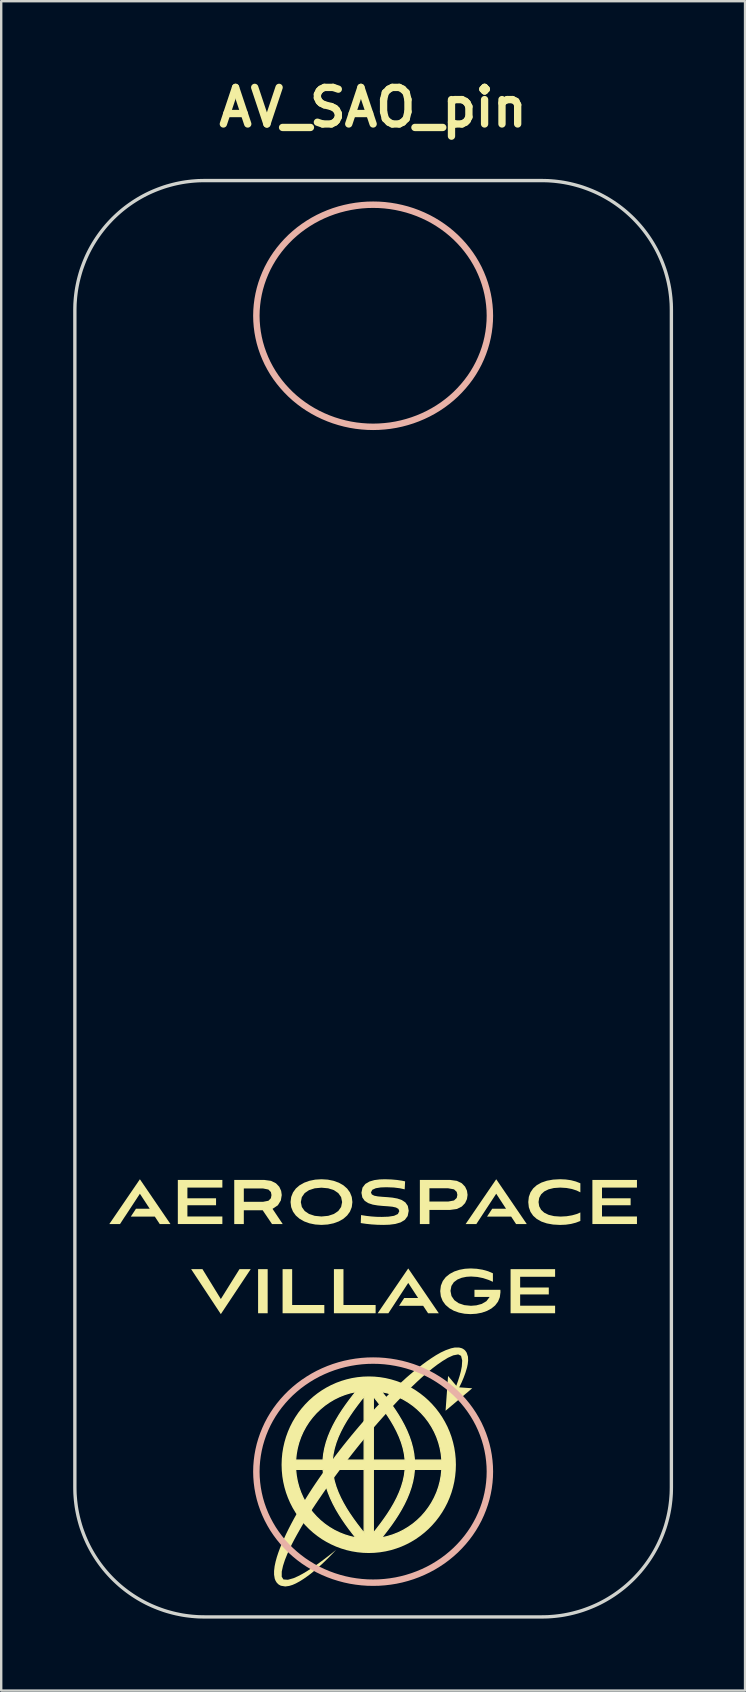
<source format=kicad_pcb>
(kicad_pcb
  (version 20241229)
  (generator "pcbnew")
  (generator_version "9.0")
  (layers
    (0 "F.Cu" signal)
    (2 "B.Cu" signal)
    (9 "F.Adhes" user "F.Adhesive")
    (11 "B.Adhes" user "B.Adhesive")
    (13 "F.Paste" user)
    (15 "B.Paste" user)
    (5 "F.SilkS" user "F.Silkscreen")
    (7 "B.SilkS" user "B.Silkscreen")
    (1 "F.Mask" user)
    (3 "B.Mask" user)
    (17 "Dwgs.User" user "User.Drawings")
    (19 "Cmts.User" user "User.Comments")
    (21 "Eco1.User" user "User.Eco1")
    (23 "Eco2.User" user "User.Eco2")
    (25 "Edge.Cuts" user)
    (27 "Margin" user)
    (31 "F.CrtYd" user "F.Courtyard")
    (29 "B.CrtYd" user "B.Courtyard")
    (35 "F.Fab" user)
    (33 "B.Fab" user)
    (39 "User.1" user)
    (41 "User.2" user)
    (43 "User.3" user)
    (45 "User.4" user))
  (footprint "AV_SAO_pin"
    (layer "F.Cu")
    (at 12.5 34.405)
    (property "Reference" "AV_SAO_pin" (at 0 -32.978 0) (layer "F.SilkS") (effects (font (size 1.524 1.524) (thickness 0.305))))
    (attr exclude_from_pos_files exclude_from_bom)
    (fp_poly (pts (xy -4.794 15.437) (xy -4.794 17.275) (xy -4.395 17.275) (xy -4.395 15.437) (xy -4.794 15.437)) (stroke (width 0) (type solid)) (fill yes) (layer "F.SilkS"))
    (fp_poly (pts (xy -5.102 15.437) (xy -5.57 15.437) (xy -6.347 16.682) (xy -7.112 15.437) (xy -7.584 15.437) (xy -6.347 17.311) (xy -5.102 15.437)) (stroke (width 0) (type solid)) (fill yes) (layer "F.SilkS"))
    (fp_poly (pts (xy -2.034 16.931) (xy -3.374 16.931) (xy -3.374 15.437) (xy -3.773 15.437) (xy -3.773 17.275) (xy -2.034 17.275) (xy -2.034 16.931)) (stroke (width 0) (type solid)) (fill yes) (layer "F.SilkS"))
    (fp_poly (pts (xy 0.104 16.931) (xy -1.236 16.931) (xy -1.236 15.437) (xy -1.634 15.437) (xy -1.634 17.275) (xy 0.104 17.275) (xy 0.104 16.931)) (stroke (width 0) (type solid)) (fill yes) (layer "F.SilkS"))
    (fp_poly (pts (xy 1.081 16.964) (xy 2.085 16.964) (xy 2.29 17.275) (xy 2.737 17.275) (xy 1.463 15.408) (xy 0.189 17.275) (xy 0.636 17.275) (xy 1.463 16.011) (xy 1.873 16.638) (xy 1.296 16.638) (xy 1.081 16.964)) (stroke (width 0) (type solid)) (fill yes) (layer "F.SilkS"))
    (fp_poly (pts (xy 4.962 12.92) (xy 4.748 13.246) (xy 5.752 13.246) (xy 5.957 13.557) (xy 6.403 13.557) (xy 5.13 11.69) (xy 3.855 13.557) (xy 4.302 13.557) (xy 5.13 12.294) (xy 5.539 12.92) (xy 4.962 12.92)) (stroke (width 0) (type solid)) (fill yes) (layer "F.SilkS"))
    (fp_poly (pts (xy -6.283 12.038) (xy -6.283 11.719) (xy -8.139 11.719) (xy -8.139 13.557) (xy -6.283 13.557) (xy -6.283 13.242) (xy -7.74 13.242) (xy -7.74 12.774) (xy -6.546 12.774) (xy -6.546 12.484) (xy -7.74 12.484) (xy -7.74 12.038) (xy -6.283 12.038)) (stroke (width 0) (type solid)) (fill yes) (layer "F.SilkS"))
    (fp_poly (pts (xy 6.127 16.202) (xy 6.127 15.755) (xy 7.584 15.755) (xy 7.584 15.437) (xy 5.728 15.437) (xy 5.728 17.275) (xy 7.584 17.275) (xy 7.584 16.96) (xy 6.127 16.96) (xy 6.127 16.491) (xy 7.321 16.491) (xy 7.321 16.202) (xy 6.127 16.202)) (stroke (width 0) (type solid)) (fill yes) (layer "F.SilkS"))
    (fp_poly (pts (xy 10.995 12.038) (xy 10.995 11.719) (xy 9.138 11.719) (xy 9.138 13.557) (xy 10.995 13.557) (xy 10.995 13.242) (xy 9.538 13.242) (xy 9.538 12.774) (xy 10.731 12.774) (xy 10.731 12.484) (xy 9.538 12.484) (xy 9.538 12.038) (xy 10.995 12.038)) (stroke (width 0) (type solid)) (fill yes) (layer "F.SilkS"))
    (fp_poly (pts (xy -8.893 13.557) (xy -8.446 13.557) (xy -9.72 11.69) (xy -10.994 13.557) (xy -10.548 13.557) (xy -10.346 13.246) (xy -10.344 13.246) (xy -10.13 12.92) (xy -10.13 12.92) (xy -9.72 12.294) (xy -9.31 12.92) (xy -9.884 12.92) (xy -10.098 13.246) (xy -9.098 13.246) (xy -8.893 13.557)) (stroke (width 0) (type solid)) (fill yes) (layer "F.SilkS"))
    (fp_poly (pts (xy -0.374 23.394) (xy -0.374 20.731) (xy -0.527 20.925) (xy -0.679 21.125) (xy -0.829 21.33) (xy -0.973 21.54) (xy -1.111 21.755) (xy -1.239 21.976) (xy -1.356 22.201) (xy -1.46 22.43) (xy -1.549 22.665) (xy -1.62 22.904) (xy -1.672 23.147) (xy -1.703 23.394) (xy -0.374 23.394)) (stroke (width 0.052) (type solid)) (fill no) (layer "F.SilkS"))
    (fp_poly (pts (xy -0.374 23.781) (xy -1.703 23.781) (xy -1.672 24.028) (xy -1.62 24.271) (xy -1.549 24.51) (xy -1.46 24.745) (xy -1.356 24.974) (xy -1.239 25.199) (xy -1.111 25.42) (xy -0.973 25.635) (xy -0.829 25.845) (xy -0.679 26.05) (xy -0.527 26.249) (xy -0.374 26.443) (xy -0.374 23.781)) (stroke (width 0.052) (type solid)) (fill no) (layer "F.SilkS"))
    (fp_poly (pts (xy 0.008 23.394) (xy 1.337 23.394) (xy 1.307 23.145) (xy 1.255 22.9) (xy 1.184 22.661) (xy 1.095 22.426) (xy 0.991 22.197) (xy 0.874 21.972) (xy 0.746 21.753) (xy 0.608 21.538) (xy 0.464 21.329) (xy 0.314 21.124) (xy 0.162 20.925) (xy 0.008 20.732) (xy 0.008 23.394)) (stroke (width 0.052) (type solid)) (fill no) (layer "F.SilkS"))
    (fp_poly (pts (xy 0.008 23.781) (xy 0.008 26.443) (xy 0.162 26.249) (xy 0.314 26.05) (xy 0.463 25.845) (xy 0.608 25.635) (xy 0.745 25.42) (xy 0.873 25.199) (xy 0.991 24.974) (xy 1.095 24.744) (xy 1.183 24.51) (xy 1.255 24.271) (xy 1.307 24.028) (xy 1.337 23.781) (xy 0.008 23.781)) (stroke (width 0.052) (type solid)) (fill no) (layer "F.SilkS"))
    (fp_poly (pts (xy 3.211 11.719) (xy 1.948 11.719) (xy 1.948 13.557) (xy 2.347 13.557) (xy 2.347 12.968) (xy 3.127 12.968) (xy 3.127 12.62) (xy 2.347 12.62) (xy 2.347 12.067) (xy 3.127 12.067) (xy 3.371 12.111) (xy 3.484 12.217) (xy 3.511 12.342) (xy 3.484 12.469) (xy 3.371 12.575) (xy 3.127 12.62) (xy 3.127 12.968) (xy 3.211 12.968) (xy 3.489 12.93) (xy 3.694 12.829) (xy 3.832 12.685) (xy 3.911 12.516) (xy 3.936 12.342) (xy 3.911 12.167) (xy 3.832 11.999) (xy 3.694 11.856) (xy 3.489 11.757) (xy 3.211 11.719)) (stroke (width 0) (type solid)) (fill yes) (layer "F.SilkS"))
    (fp_poly (pts (xy -3.808 12.349) (xy -3.833 12.174) (xy -3.911 12.004) (xy -4.05 11.859) (xy -4.255 11.757) (xy -4.533 11.719) (xy -5.788 11.719) (xy -5.788 13.557) (xy -5.389 13.557) (xy -5.389 12.982) (xy -4.602 12.982) (xy -4.591 13) (xy -4.591 12.631) (xy -5.389 12.631) (xy -5.389 12.074) (xy -4.591 12.074) (xy -4.364 12.119) (xy -4.26 12.224) (xy -4.236 12.349) (xy -4.26 12.481) (xy -4.364 12.587) (xy -4.591 12.631) (xy -4.591 13) (xy -4.214 13.557) (xy -3.768 13.557) (xy -4.192 12.924) (xy -3.97 12.775) (xy -3.846 12.573) (xy -3.808 12.349)) (stroke (width 0) (type solid)) (fill yes) (layer "F.SilkS"))
    (fp_poly (pts (xy -0.708 20.538) (xy -0.948 20.59) (xy -1.18 20.661) (xy -1.404 20.749) (xy -1.619 20.854) (xy -1.824 20.976) (xy -2.019 21.112) (xy -2.202 21.264) (xy -2.373 21.428) (xy -2.531 21.606) (xy -2.676 21.796) (xy -2.805 21.997) (xy -2.92 22.208) (xy -3.018 22.429) (xy -3.099 22.659) (xy -3.162 22.897) (xy -3.207 23.142) (xy -3.232 23.394) (xy -2.085 23.394) (xy -2.059 23.142) (xy -2.012 22.894) (xy -1.948 22.651) (xy -1.867 22.413) (xy -1.771 22.181) (xy -1.663 21.954) (xy -1.544 21.733) (xy -1.416 21.517) (xy -1.281 21.308) (xy -1.141 21.106) (xy -0.997 20.909) (xy -0.853 20.72) (xy -0.708 20.538)) (stroke (width 0.052) (type solid)) (fill no) (layer "F.SilkS"))
    (fp_poly (pts (xy -0.708 26.637) (xy -0.852 26.455) (xy -0.997 26.266) (xy -1.14 26.07) (xy -1.279 25.867) (xy -1.413 25.658) (xy -1.541 25.443) (xy -1.659 25.221) (xy -1.767 24.994) (xy -1.862 24.762) (xy -1.944 24.524) (xy -2.009 24.281) (xy -2.057 24.033) (xy -2.085 23.781) (xy -3.232 23.781) (xy -3.207 24.033) (xy -3.162 24.278) (xy -3.099 24.516) (xy -3.018 24.746) (xy -2.92 24.967) (xy -2.805 25.178) (xy -2.676 25.379) (xy -2.531 25.569) (xy -2.373 25.747) (xy -2.202 25.912) (xy -2.019 26.063) (xy -1.824 26.199) (xy -1.619 26.321) (xy -1.404 26.426) (xy -1.18 26.514) (xy -0.948 26.585) (xy -0.708 26.637)) (stroke (width 0.052) (type solid)) (fill no) (layer "F.SilkS"))
    (fp_poly (pts (xy 1.72 23.781) (xy 1.693 24.033) (xy 1.647 24.281) (xy 1.582 24.524) (xy 1.501 24.762) (xy 1.406 24.994) (xy 1.298 25.221) (xy 1.179 25.442) (xy 1.051 25.658) (xy 0.916 25.867) (xy 0.776 26.07) (xy 0.632 26.266) (xy 0.487 26.455) (xy 0.343 26.637) (xy 0.583 26.585) (xy 0.815 26.514) (xy 1.039 26.426) (xy 1.254 26.321) (xy 1.459 26.199) (xy 1.654 26.063) (xy 1.837 25.912) (xy 2.008 25.747) (xy 2.166 25.569) (xy 2.31 25.379) (xy 2.44 25.178) (xy 2.554 24.967) (xy 2.653 24.746) (xy 2.734 24.516) (xy 2.797 24.278) (xy 2.841 24.033) (xy 2.866 23.781) (xy 1.72 23.781)) (stroke (width 0.052) (type solid)) (fill no) (layer "F.SilkS"))
    (fp_poly (pts (xy 2.867 23.394) (xy 2.842 23.142) (xy 2.797 22.897) (xy 2.734 22.659) (xy 2.653 22.429) (xy 2.555 22.208) (xy 2.44 21.997) (xy 2.311 21.796) (xy 2.166 21.606) (xy 2.008 21.429) (xy 1.837 21.264) (xy 1.654 21.113) (xy 1.459 20.976) (xy 1.254 20.855) (xy 1.039 20.749) (xy 0.815 20.661) (xy 0.583 20.59) (xy 0.344 20.538) (xy 0.488 20.72) (xy 0.632 20.909) (xy 0.776 21.106) (xy 0.916 21.308) (xy 1.051 21.517) (xy 1.179 21.733) (xy 1.298 21.954) (xy 1.406 22.181) (xy 1.501 22.413) (xy 1.582 22.651) (xy 1.647 22.894) (xy 1.693 23.142) (xy 1.72 23.394) (xy 2.867 23.394)) (stroke (width 0.052) (type solid)) (fill no) (layer "F.SilkS"))
    (fp_poly (pts (xy 6.466 12.642) (xy 6.489 12.858) (xy 6.558 13.049) (xy 6.67 13.212) (xy 6.822 13.347) (xy 7.013 13.454) (xy 7.24 13.531) (xy 7.5 13.578) (xy 7.791 13.594) (xy 8.026 13.584) (xy 8.244 13.553) (xy 8.447 13.501) (xy 8.636 13.429) (xy 8.636 13.074) (xy 8.487 13.139) (xy 8.291 13.194) (xy 8.062 13.232) (xy 7.809 13.246) (xy 7.539 13.227) (xy 7.313 13.173) (xy 7.133 13.085) (xy 7.002 12.966) (xy 6.921 12.817) (xy 6.894 12.641) (xy 6.921 12.466) (xy 7.002 12.317) (xy 7.133 12.198) (xy 7.312 12.11) (xy 7.534 12.056) (xy 7.798 12.038) (xy 8.058 12.054) (xy 8.287 12.097) (xy 8.481 12.16) (xy 8.637 12.235) (xy 8.637 11.858) (xy 8.448 11.784) (xy 8.246 11.731) (xy 8.028 11.7) (xy 7.791 11.689) (xy 7.5 11.705) (xy 7.24 11.752) (xy 7.013 11.83) (xy 6.822 11.936) (xy 6.67 12.072) (xy 6.558 12.235) (xy 6.489 12.425) (xy 6.466 12.642)) (stroke (width 0) (type solid)) (fill yes) (layer "F.SilkS"))
    (fp_poly (pts (xy 4.223 16.297) (xy 4.223 16.594) (xy 4.857 16.594) (xy 4.721 16.772) (xy 4.526 16.886) (xy 4.301 16.946) (xy 4.077 16.964) (xy 3.8 16.936) (xy 3.565 16.857) (xy 3.383 16.729) (xy 3.266 16.556) (xy 3.224 16.341) (xy 3.262 16.137) (xy 3.363 15.981) (xy 3.512 15.87) (xy 3.693 15.796) (xy 3.888 15.756) (xy 4.081 15.744) (xy 4.343 15.762) (xy 4.579 15.809) (xy 4.794 15.879) (xy 4.992 15.964) (xy 4.992 15.609) (xy 4.788 15.523) (xy 4.561 15.46) (xy 4.318 15.421) (xy 4.062 15.407) (xy 3.824 15.421) (xy 3.594 15.464) (xy 3.38 15.535) (xy 3.189 15.637) (xy 3.027 15.768) (xy 2.903 15.931) (xy 2.824 16.125) (xy 2.796 16.352) (xy 2.822 16.571) (xy 2.898 16.763) (xy 3.017 16.927) (xy 3.174 17.063) (xy 3.362 17.171) (xy 3.576 17.248) (xy 3.808 17.295) (xy 4.055 17.311) (xy 4.299 17.296) (xy 4.53 17.252) (xy 4.742 17.179) (xy 4.929 17.077) (xy 5.086 16.948) (xy 5.205 16.791) (xy 5.28 16.606) (xy 5.307 16.396) (xy 5.303 16.297) (xy 4.223 16.297) (xy 4.223 16.297)) (stroke (width 0) (type solid)) (fill yes) (layer "F.SilkS"))
    (fp_poly (pts (xy -2.153 11.69) (xy -2.413 11.706) (xy -2.655 11.755) (xy -2.874 11.834) (xy -3.065 11.942) (xy -3.222 12.078) (xy -3.34 12.241) (xy -3.415 12.429) (xy -3.441 12.641) (xy -3.415 12.852) (xy -3.34 13.039) (xy -3.222 13.202) (xy -3.065 13.338) (xy -2.874 13.447) (xy -2.655 13.527) (xy -2.413 13.576) (xy -2.153 13.593) (xy -2.153 13.242) (xy -2.433 13.215) (xy -2.671 13.137) (xy -2.853 13.013) (xy -2.971 12.846) (xy -3.013 12.642) (xy -2.971 12.435) (xy -2.853 12.268) (xy -2.671 12.144) (xy -2.433 12.068) (xy -2.153 12.042) (xy -1.872 12.068) (xy -1.635 12.144) (xy -1.452 12.268) (xy -1.334 12.435) (xy -1.292 12.642) (xy -1.334 12.846) (xy -1.452 13.013) (xy -1.635 13.137) (xy -1.872 13.215) (xy -2.153 13.242) (xy -2.153 13.593) (xy -1.891 13.576) (xy -1.649 13.527) (xy -1.43 13.447) (xy -1.239 13.338) (xy -1.083 13.201) (xy -0.965 13.039) (xy -0.89 12.851) (xy -0.864 12.641) (xy -0.89 12.429) (xy -0.965 12.241) (xy -1.083 12.078) (xy -1.239 11.942) (xy -1.43 11.834) (xy -1.649 11.755) (xy -1.891 11.706) (xy -2.153 11.69)) (stroke (width 0) (type solid)) (fill yes) (layer "F.SilkS"))
    (fp_poly (pts (xy -0.091 12.239) (xy -0.035 12.13) (xy 0.112 12.064) (xy 0.319 12.031) (xy 0.557 12.023) (xy 0.866 12.035) (xy 1.12 12.067) (xy 1.315 12.111) (xy 1.333 11.778) (xy 1.201 11.75) (xy 1.005 11.721) (xy 0.762 11.699) (xy 0.491 11.69) (xy 0.275 11.697) (xy 0.053 11.725) (xy -0.153 11.785) (xy -0.325 11.886) (xy -0.443 12.039) (xy -0.487 12.254) (xy -0.45 12.45) (xy -0.349 12.592) (xy -0.199 12.687) (xy -0.013 12.748) (xy 0.195 12.783) (xy 0.409 12.803) (xy 0.617 12.817) (xy 0.803 12.835) (xy 0.953 12.869) (xy 1.054 12.926) (xy 1.091 13.019) (xy 1.031 13.14) (xy 0.871 13.214) (xy 0.64 13.25) (xy 0.366 13.26) (xy 0.141 13.256) (xy -0.075 13.241) (xy -0.287 13.217) (xy -0.502 13.183) (xy -0.516 13.516) (xy -0.3 13.548) (xy -0.064 13.573) (xy 0.18 13.588) (xy 0.421 13.593) (xy 0.679 13.585) (xy 0.926 13.553) (xy 1.145 13.489) (xy 1.322 13.383) (xy 1.44 13.224) (xy 1.483 13.004) (xy 1.446 12.802) (xy 1.346 12.657) (xy 1.195 12.557) (xy 1.01 12.493) (xy 0.803 12.456) (xy 0.589 12.436) (xy 0.382 12.422) (xy 0.196 12.405) (xy 0.046 12.376) (xy -0.055 12.323) (xy -0.091 12.239)) (stroke (width 0) (type solid)) (fill yes) (layer "F.SilkS"))
    (fp_poly (pts (xy 3.466 20.297) (xy 3.123 19.888) (xy 3.019 21.338) (xy 4.13 20.401) (xy 3.589 20.363) (xy 3.685 20.165) (xy 3.772 19.961) (xy 3.849 19.752) (xy 3.914 19.534) (xy 3.943 19.393) (xy 3.959 19.245) (xy 3.953 19.086) (xy 3.898 18.916) (xy 3.84 18.834) (xy 3.803 18.797) (xy 3.76 18.768) (xy 3.715 18.741) (xy 3.669 18.725) (xy 3.577 18.703) (xy 3.404 18.703) (xy 3.251 18.735) (xy 3.026 18.814) (xy 2.818 18.911) (xy 2.621 19.023) (xy 2.433 19.144) (xy 2.249 19.269) (xy 2.07 19.4) (xy 1.895 19.535) (xy 1.723 19.673) (xy 1.554 19.814) (xy 1.388 19.957) (xy 1.197 20.131) (xy 1.008 20.307) (xy 0.822 20.485) (xy 0.638 20.665) (xy 0.457 20.848) (xy 0.278 21.033) (xy 0.101 21.22) (xy -0.073 21.409) (xy -0.245 21.6) (xy -0.415 21.792) (xy -0.583 21.987) (xy -0.749 22.183) (xy -0.913 22.38) (xy -1.075 22.58) (xy -1.236 22.78) (xy -1.394 22.982) (xy -1.551 23.186) (xy -1.696 23.38) (xy -1.84 23.575) (xy -1.983 23.771) (xy -2.124 23.969) (xy -2.263 24.168) (xy -2.4 24.368) (xy -2.535 24.57) (xy -2.667 24.774) (xy -2.796 24.98) (xy -2.922 25.188) (xy -3.047 25.396) (xy -3.17 25.607) (xy -3.289 25.819) (xy -3.405 26.034) (xy -3.517 26.251) (xy -3.625 26.471) (xy -3.727 26.694) (xy -3.824 26.92) (xy -3.893 27.092) (xy -3.957 27.267) (xy -4.015 27.445) (xy -4.065 27.628) (xy -4.105 27.816) (xy -4.128 28.012) (xy -4.128 28.169) (xy -4.101 28.334) (xy -4.067 28.421) (xy -4.014 28.506) (xy -3.938 28.58) (xy -3.846 28.63) (xy -3.662 28.661) (xy -3.499 28.639) (xy -3.354 28.594) (xy -3.221 28.535) (xy -3.055 28.445) (xy -2.897 28.345) (xy -2.746 28.239) (xy -2.599 28.129) (xy -2.457 28.014) (xy -2.319 27.895) (xy -2.156 27.75) (xy -1.998 27.6) (xy -1.843 27.447) (xy -1.692 27.292) (xy -1.543 27.134) (xy -1.711 27.27) (xy -1.882 27.404) (xy -2.054 27.535) (xy -2.227 27.664) (xy -2.402 27.789) (xy -2.58 27.909) (xy -2.76 28.026) (xy -2.942 28.134) (xy -3.128 28.232) (xy -3.317 28.316) (xy -3.552 28.382) (xy -3.737 28.369) (xy -3.809 28.257) (xy -3.808 28.041) (xy -3.755 27.8) (xy -3.676 27.557) (xy -3.579 27.314) (xy -3.471 27.074) (xy -3.378 26.884) (xy -3.28 26.696) (xy -3.178 26.51) (xy -3.073 26.324) (xy -2.967 26.139) (xy -2.858 25.956) (xy -2.746 25.773) (xy -2.632 25.592) (xy -2.517 25.412) (xy -2.399 25.233) (xy -2.266 25.036) (xy -2.131 24.839) (xy -1.996 24.643) (xy -1.859 24.449) (xy -1.72 24.255) (xy -1.58 24.062) (xy -1.438 23.87) (xy -1.295 23.679) (xy -1.149 23.49) (xy -1.003 23.302) (xy -0.856 23.114) (xy -0.708 22.927) (xy -0.559 22.741) (xy -0.408 22.556) (xy -0.257 22.372) (xy -0.103 22.189) (xy 0.052 22.008) (xy 0.208 21.828) (xy 0.366 21.65) (xy 0.524 21.473) (xy 0.684 21.296) (xy 0.845 21.121) (xy 1.008 20.947) (xy 1.172 20.776) (xy 1.339 20.606) (xy 1.507 20.439) (xy 1.679 20.275) (xy 1.833 20.128) (xy 1.99 19.983) (xy 2.149 19.841) (xy 2.31 19.704) (xy 2.474 19.57) (xy 2.683 19.411) (xy 2.898 19.263) (xy 3.117 19.13) (xy 3.34 19.029) (xy 3.546 18.99) (xy 3.665 19.05) (xy 3.712 19.245) (xy 3.696 19.492) (xy 3.656 19.694) (xy 3.602 19.895) (xy 3.537 20.097) (xy 3.466 20.297)) (stroke (width 0) (type solid)) (fill yes) (layer "F.SilkS"))
    (fp_poly (pts (xy -0.182 19.908) (xy -0.421 19.916) (xy -0.656 19.939) (xy -0.886 19.977) (xy -1.111 20.03) (xy -1.331 20.096) (xy -1.544 20.175) (xy -1.751 20.268) (xy -1.951 20.373) (xy -2.144 20.49) (xy -2.328 20.618) (xy -2.504 20.757) (xy -2.671 20.907) (xy -2.829 21.067) (xy -2.977 21.236) (xy -3.115 21.414) (xy -3.241 21.601) (xy -3.357 21.796) (xy -3.46 21.998) (xy -3.551 22.208) (xy -3.63 22.424) (xy -3.695 22.647) (xy -3.747 22.875) (xy -3.785 23.108) (xy -3.807 23.346) (xy -3.815 23.588) (xy -3.807 23.83) (xy -3.785 24.067) (xy -3.747 24.301) (xy -3.695 24.529) (xy -3.63 24.751) (xy -3.551 24.967) (xy -3.46 25.177) (xy -3.357 25.379) (xy -3.241 25.574) (xy -3.232 25.588) (xy -3.232 23.394) (xy -3.206 23.142) (xy -3.162 22.897) (xy -3.099 22.659) (xy -3.018 22.429) (xy -2.919 22.208) (xy -2.805 21.997) (xy -2.675 21.796) (xy -2.531 21.606) (xy -2.373 21.429) (xy -2.202 21.264) (xy -2.019 21.113) (xy -1.824 20.976) (xy -1.619 20.855) (xy -1.404 20.749) (xy -1.18 20.661) (xy -0.948 20.59) (xy -0.708 20.538) (xy -0.853 20.72) (xy -0.997 20.909) (xy -1.141 21.106) (xy -1.281 21.308) (xy -1.416 21.517) (xy -1.544 21.733) (xy -1.663 21.954) (xy -1.771 22.181) (xy -1.867 22.413) (xy -1.948 22.651) (xy -2.012 22.894) (xy -2.059 23.142) (xy -2.085 23.394) (xy -3.232 23.394) (xy -3.232 25.588) (xy -3.115 25.761) (xy -2.977 25.939) (xy -2.829 26.108) (xy -2.671 26.268) (xy -2.504 26.418) (xy -2.328 26.557) (xy -2.144 26.686) (xy -1.951 26.802) (xy -1.751 26.907) (xy -1.544 27) (xy -1.331 27.079) (xy -1.111 27.146) (xy -0.886 27.198) (xy -0.708 27.227) (xy -0.708 26.637) (xy -0.948 26.585) (xy -1.18 26.514) (xy -1.404 26.426) (xy -1.619 26.321) (xy -1.824 26.199) (xy -2.019 26.063) (xy -2.202 25.912) (xy -2.373 25.747) (xy -2.531 25.569) (xy -2.676 25.379) (xy -2.805 25.178) (xy -2.92 24.967) (xy -3.018 24.746) (xy -3.099 24.516) (xy -3.162 24.278) (xy -3.207 24.033) (xy -3.232 23.781) (xy -2.085 23.781) (xy -2.057 24.033) (xy -2.009 24.281) (xy -1.944 24.524) (xy -1.862 24.762) (xy -1.767 24.994) (xy -1.659 25.221) (xy -1.54 25.442) (xy -1.413 25.658) (xy -1.279 25.867) (xy -1.139 26.07) (xy -0.997 26.266) (xy -0.852 26.455) (xy -0.708 26.637) (xy -0.708 27.227) (xy -0.656 27.236) (xy -0.421 27.259) (xy -0.374 27.261) (xy -0.374 23.394) (xy -1.703 23.394) (xy -1.672 23.147) (xy -1.62 22.904) (xy -1.549 22.665) (xy -1.46 22.43) (xy -1.356 22.201) (xy -1.239 21.976) (xy -1.111 21.755) (xy -0.973 21.54) (xy -0.829 21.33) (xy -0.679 21.125) (xy -0.527 20.926) (xy -0.374 20.732) (xy -0.374 23.394) (xy -0.374 27.261) (xy -0.374 26.443) (xy -0.527 26.249) (xy -0.679 26.05) (xy -0.829 25.845) (xy -0.973 25.635) (xy -1.111 25.42) (xy -1.239 25.199) (xy -1.356 24.974) (xy -1.46 24.745) (xy -1.549 24.51) (xy -1.62 24.271) (xy -1.672 24.028) (xy -1.703 23.781) (xy -0.374 23.781) (xy -0.374 26.443) (xy -0.374 27.261) (xy -0.182 27.267) (xy 0.008 27.261) (xy 0.008 26.443) (xy 0.008 23.781) (xy 1.337 23.781) (xy 1.307 24.028) (xy 1.255 24.271) (xy 1.184 24.51) (xy 1.095 24.745) (xy 0.991 24.974) (xy 0.874 25.199) (xy 0.746 25.42) (xy 0.608 25.635) (xy 0.464 25.845) (xy 0.314 26.05) (xy 0.162 26.249) (xy 0.008 26.443) (xy 0.008 27.261) (xy 0.057 27.259) (xy 0.291 27.236) (xy 0.343 27.227) (xy 0.343 26.637) (xy 0.487 26.455) (xy 0.632 26.266) (xy 0.776 26.07) (xy 0.916 25.867) (xy 1.051 25.658) (xy 1.179 25.443) (xy 1.298 25.221) (xy 1.337 25.138) (xy 1.337 23.394) (xy 0.008 23.394) (xy 0.008 20.731) (xy 0.162 20.925) (xy 0.314 21.124) (xy 0.464 21.328) (xy 0.608 21.538) (xy 0.746 21.752) (xy 0.874 21.972) (xy 0.991 22.196) (xy 1.095 22.426) (xy 1.184 22.661) (xy 1.255 22.9) (xy 1.307 23.145) (xy 1.337 23.394) (xy 1.337 25.138) (xy 1.406 24.994) (xy 1.501 24.762) (xy 1.582 24.524) (xy 1.647 24.281) (xy 1.693 24.033) (xy 1.72 23.781) (xy 2.866 23.781) (xy 2.841 24.033) (xy 2.797 24.278) (xy 2.734 24.516) (xy 2.653 24.746) (xy 2.554 24.967) (xy 2.44 25.178) (xy 2.31 25.379) (xy 2.166 25.569) (xy 2.008 25.747) (xy 1.837 25.912) (xy 1.654 26.063) (xy 1.459 26.199) (xy 1.254 26.321) (xy 1.039 26.426) (xy 0.815 26.514) (xy 0.583 26.585) (xy 0.343 26.637) (xy 0.343 27.227) (xy 0.522 27.198) (xy 0.747 27.146) (xy 0.966 27.079) (xy 1.18 27) (xy 1.387 26.907) (xy 1.587 26.802) (xy 1.779 26.686) (xy 1.963 26.557) (xy 2.139 26.418) (xy 2.307 26.268) (xy 2.464 26.108) (xy 2.612 25.939) (xy 2.749 25.761) (xy 2.866 25.588) (xy 2.866 23.394) (xy 1.72 23.394) (xy 1.693 23.142) (xy 1.647 22.894) (xy 1.582 22.651) (xy 1.501 22.413) (xy 1.406 22.181) (xy 1.298 21.954) (xy 1.179 21.733) (xy 1.051 21.517) (xy 0.916 21.308) (xy 0.776 21.106) (xy 0.632 20.909) (xy 0.487 20.72) (xy 0.343 20.538) (xy 0.583 20.59) (xy 0.815 20.661) (xy 1.039 20.749) (xy 1.254 20.854) (xy 1.459 20.976) (xy 1.654 21.112) (xy 1.837 21.264) (xy 2.008 21.428) (xy 2.166 21.606) (xy 2.31 21.796) (xy 2.44 21.997) (xy 2.554 22.208) (xy 2.653 22.429) (xy 2.734 22.659) (xy 2.797 22.897) (xy 2.841 23.142) (xy 2.866 23.394) (xy 2.866 25.588) (xy 2.876 25.574) (xy 2.991 25.379) (xy 3.095 25.177) (xy 3.186 24.967) (xy 3.265 24.751) (xy 3.33 24.529) (xy 3.382 24.301) (xy 3.419 24.067) (xy 3.442 23.83) (xy 3.45 23.588) (xy 3.442 23.346) (xy 3.419 23.108) (xy 3.382 22.875) (xy 3.33 22.647) (xy 3.265 22.424) (xy 3.186 22.208) (xy 3.095 21.998) (xy 2.991 21.796) (xy 2.876 21.601) (xy 2.749 21.414) (xy 2.612 21.236) (xy 2.464 21.067) (xy 2.307 20.907) (xy 2.139 20.757) (xy 1.963 20.618) (xy 1.779 20.49) (xy 1.587 20.373) (xy 1.387 20.268) (xy 1.18 20.175) (xy 0.966 20.096) (xy 0.747 20.03) (xy 0.522 19.977) (xy 0.291 19.939) (xy 0.057 19.916) (xy -0.182 19.908)) (stroke (width 0) (type solid)) (fill yes) (layer "F.SilkS"))
    (fp_poly (pts (xy 4.866 -24.296) (xy 4.86 -24.069) (xy 4.842 -23.842) (xy 4.813 -23.617) (xy 4.772 -23.393) (xy 4.72 -23.171) (xy 4.656 -22.952) (xy 4.581 -22.737) (xy 4.495 -22.525) (xy 4.399 -22.317) (xy 4.291 -22.114) (xy 4.174 -21.916) (xy 4.046 -21.724) (xy 3.908 -21.539) (xy 3.761 -21.36) (xy 3.605 -21.188) (xy 3.441 -21.023) (xy 3.268 -20.866) (xy 3.087 -20.718) (xy 2.899 -20.578) (xy 2.703 -20.447) (xy 2.502 -20.326) (xy 2.294 -20.214) (xy 2.08 -20.112) (xy 1.862 -20.02) (xy 1.639 -19.938) (xy 1.412 -19.867) (xy 1.182 -19.806) (xy 0.949 -19.756) (xy 0.714 -19.717) (xy 0.477 -19.69) (xy 0.239 -19.673) (xy -0.000003 -19.667) (xy -0.239 -19.673) (xy -0.477 -19.69) (xy -0.714 -19.717) (xy -0.949 -19.756) (xy -1.182 -19.806) (xy -1.412 -19.867) (xy -1.639 -19.938) (xy -1.862 -20.02) (xy -2.08 -20.112) (xy -2.294 -20.214) (xy -2.502 -20.326) (xy -2.703 -20.447) (xy -2.899 -20.578) (xy -3.087 -20.718) (xy -3.268 -20.866) (xy -3.441 -21.023) (xy -3.605 -21.188) (xy -3.761 -21.36) (xy -3.908 -21.539) (xy -4.046 -21.724) (xy -4.174 -21.916) (xy -4.291 -22.114) (xy -4.399 -22.317) (xy -4.495 -22.525) (xy -4.581 -22.737) (xy -4.656 -22.952) (xy -4.72 -23.171) (xy -4.772 -23.393) (xy -4.813 -23.617) (xy -4.842 -23.842) (xy -4.86 -24.069) (xy -4.866 -24.296) (xy -4.86 -24.523) (xy -4.842 -24.749) (xy -4.813 -24.975) (xy -4.772 -25.199) (xy -4.72 -25.42) (xy -4.656 -25.639) (xy -4.581 -25.855) (xy -4.495 -26.067) (xy -4.399 -26.275) (xy -4.291 -26.478) (xy -4.174 -26.675) (xy -4.046 -26.867) (xy -3.908 -27.053) (xy -3.761 -27.232) (xy -3.605 -27.404) (xy -3.441 -27.569) (xy -3.268 -27.725) (xy -3.087 -27.874) (xy -2.899 -28.013) (xy -2.703 -28.144) (xy -2.502 -28.266) (xy -2.294 -28.378) (xy -2.08 -28.48) (xy -1.862 -28.572) (xy -1.639 -28.654) (xy -1.412 -28.725) (xy -1.182 -28.785) (xy -0.949 -28.835) (xy -0.714 -28.874) (xy -0.477 -28.902) (xy -0.239 -28.919) (xy -0.000003 -28.924) (xy 0.239 -28.919) (xy 0.477 -28.902) (xy 0.714 -28.874) (xy 0.949 -28.835) (xy 1.182 -28.785) (xy 1.412 -28.725) (xy 1.639 -28.654) (xy 1.862 -28.572) (xy 2.08 -28.48) (xy 2.294 -28.378) (xy 2.502 -28.266) (xy 2.703 -28.144) (xy 2.899 -28.013) (xy 3.087 -27.874) (xy 3.268 -27.725) (xy 3.441 -27.569) (xy 3.605 -27.404) (xy 3.761 -27.232) (xy 3.908 -27.053) (xy 4.046 -26.867) (xy 4.174 -26.675) (xy 4.291 -26.478) (xy 4.399 -26.275) (xy 4.495 -26.067) (xy 4.581 -25.855) (xy 4.656 -25.639) (xy 4.72 -25.42) (xy 4.772 -25.199) (xy 4.813 -24.975) (xy 4.842 -24.749) (xy 4.86 -24.523) (xy 4.866 -24.296)) (stroke (width 0.268) (type solid)) (fill no) (layer "B.SilkS"))
    (fp_poly (pts (xy 4.866 23.875) (xy 4.86 24.102) (xy 4.842 24.329) (xy 4.813 24.554) (xy 4.772 24.778) (xy 4.72 25) (xy 4.656 25.219) (xy 4.581 25.434) (xy 4.495 25.646) (xy 4.399 25.854) (xy 4.291 26.057) (xy 4.174 26.255) (xy 4.046 26.446) (xy 3.908 26.632) (xy 3.761 26.811) (xy 3.605 26.983) (xy 3.441 27.148) (xy 3.268 27.304) (xy 3.087 27.453) (xy 2.899 27.593) (xy 2.703 27.723) (xy 2.502 27.845) (xy 2.294 27.957) (xy 2.08 28.059) (xy 1.862 28.151) (xy 1.639 28.233) (xy 1.412 28.304) (xy 1.182 28.365) (xy 0.949 28.415) (xy 0.714 28.453) (xy 0.477 28.481) (xy 0.239 28.498) (xy -0.000003 28.503) (xy -0.239 28.498) (xy -0.477 28.481) (xy -0.714 28.453) (xy -0.949 28.415) (xy -1.182 28.365) (xy -1.412 28.304) (xy -1.639 28.233) (xy -1.862 28.151) (xy -2.08 28.059) (xy -2.294 27.957) (xy -2.502 27.845) (xy -2.703 27.723) (xy -2.899 27.593) (xy -3.087 27.453) (xy -3.268 27.304) (xy -3.441 27.148) (xy -3.605 26.983) (xy -3.761 26.811) (xy -3.908 26.632) (xy -4.046 26.446) (xy -4.174 26.255) (xy -4.291 26.057) (xy -4.399 25.854) (xy -4.495 25.646) (xy -4.581 25.434) (xy -4.656 25.219) (xy -4.72 25) (xy -4.772 24.778) (xy -4.813 24.554) (xy -4.842 24.329) (xy -4.86 24.102) (xy -4.866 23.875) (xy -4.86 23.648) (xy -4.842 23.421) (xy -4.813 23.196) (xy -4.772 22.972) (xy -4.72 22.75) (xy -4.656 22.532) (xy -4.581 22.316) (xy -4.495 22.104) (xy -4.399 21.896) (xy -4.291 21.693) (xy -4.174 21.496) (xy -4.046 21.304) (xy -3.908 21.118) (xy -3.761 20.939) (xy -3.605 20.767) (xy -3.441 20.602) (xy -3.268 20.446) (xy -3.087 20.297) (xy -2.899 20.158) (xy -2.703 20.027) (xy -2.502 19.905) (xy -2.294 19.793) (xy -2.08 19.691) (xy -1.862 19.599) (xy -1.639 19.517) (xy -1.412 19.446) (xy -1.182 19.385) (xy -0.949 19.336) (xy -0.714 19.297) (xy -0.477 19.269) (xy -0.239 19.252) (xy -0.000003 19.247) (xy 0.239 19.252) (xy 0.477 19.269) (xy 0.714 19.297) (xy 0.949 19.336) (xy 1.182 19.385) (xy 1.412 19.446) (xy 1.639 19.517) (xy 1.862 19.599) (xy 2.08 19.691) (xy 2.294 19.793) (xy 2.502 19.905) (xy 2.703 20.027) (xy 2.899 20.158) (xy 3.087 20.297) (xy 3.268 20.446) (xy 3.441 20.602) (xy 3.605 20.767) (xy 3.761 20.939) (xy 3.908 21.118) (xy 4.046 21.304) (xy 4.174 21.496) (xy 4.291 21.693) (xy 4.399 21.896) (xy 4.495 22.104) (xy 4.581 22.316) (xy 4.656 22.532) (xy 4.72 22.75) (xy 4.772 22.972) (xy 4.813 23.196) (xy 4.842 23.421) (xy 4.86 23.648) (xy 4.866 23.875)) (stroke (width 0.268) (type solid)) (fill no) (layer "B.SilkS"))
    (fp_poly (pts (xy -7.031 -29.93) (xy -7.164 -29.928) (xy -7.296 -29.924) (xy -7.428 -29.915) (xy -7.56 -29.904) (xy -7.692 -29.889) (xy -7.823 -29.872) (xy -7.954 -29.851) (xy -8.085 -29.826) (xy -8.214 -29.799) (xy -8.343 -29.768) (xy -8.471 -29.734) (xy -8.598 -29.698) (xy -8.725 -29.658) (xy -8.85 -29.614) (xy -8.974 -29.568) (xy -9.097 -29.519) (xy -9.219 -29.467) (xy -9.34 -29.412) (xy -9.459 -29.354) (xy -9.576 -29.293) (xy -9.692 -29.229) (xy -9.807 -29.162) (xy -9.92 -29.092) (xy -10.031 -29.02) (xy -10.14 -28.945) (xy -10.247 -28.868) (xy -10.353 -28.787) (xy -10.456 -28.705) (xy -10.558 -28.619) (xy -10.657 -28.531) (xy -10.754 -28.441) (xy -10.849 -28.349) (xy -10.941 -28.254) (xy -11.031 -28.157) (xy -11.119 -28.058) (xy -11.205 -27.956) (xy -11.287 -27.853) (xy -11.368 -27.747) (xy -11.445 -27.64) (xy -11.52 -27.531) (xy -11.592 -27.42) (xy -11.662 -27.307) (xy -11.729 -27.192) (xy -11.793 -27.076) (xy -11.854 -26.959) (xy -11.912 -26.84) (xy -11.967 -26.719) (xy -12.019 -26.597) (xy -12.068 -26.474) (xy -12.114 -26.35) (xy -12.158 -26.225) (xy -12.198 -26.098) (xy -12.234 -25.971) (xy -12.268 -25.843) (xy -12.299 -25.714) (xy -12.326 -25.585) (xy -12.351 -25.454) (xy -12.372 -25.323) (xy -12.389 -25.192) (xy -12.404 -25.06) (xy -12.415 -24.928) (xy -12.424 -24.796) (xy -12.428 -24.664) (xy -12.43 -24.531) (xy -12.43 24.531) (xy -12.428 24.664) (xy -12.424 24.796) (xy -12.415 24.928) (xy -12.404 25.06) (xy -12.389 25.192) (xy -12.372 25.323) (xy -12.351 25.454) (xy -12.326 25.585) (xy -12.299 25.714) (xy -12.268 25.843) (xy -12.234 25.971) (xy -12.198 26.098) (xy -12.158 26.225) (xy -12.114 26.35) (xy -12.068 26.474) (xy -12.019 26.597) (xy -11.967 26.719) (xy -11.912 26.84) (xy -11.854 26.959) (xy -11.793 27.076) (xy -11.729 27.192) (xy -11.662 27.307) (xy -11.592 27.42) (xy -11.52 27.531) (xy -11.445 27.64) (xy -11.368 27.747) (xy -11.287 27.853) (xy -11.205 27.956) (xy -11.119 28.058) (xy -11.031 28.157) (xy -10.941 28.254) (xy -10.849 28.349) (xy -10.754 28.441) (xy -10.657 28.531) (xy -10.558 28.619) (xy -10.456 28.705) (xy -10.353 28.787) (xy -10.247 28.868) (xy -10.14 28.945) (xy -10.031 29.02) (xy -9.92 29.092) (xy -9.807 29.162) (xy -9.692 29.229) (xy -9.576 29.293) (xy -9.459 29.354) (xy -9.34 29.412) (xy -9.219 29.467) (xy -9.097 29.519) (xy -8.974 29.568) (xy -8.85 29.614) (xy -8.725 29.658) (xy -8.598 29.698) (xy -8.471 29.734) (xy -8.343 29.768) (xy -8.214 29.799) (xy -8.085 29.826) (xy -7.954 29.851) (xy -7.823 29.872) (xy -7.692 29.889) (xy -7.56 29.904) (xy -7.428 29.915) (xy -7.296 29.924) (xy -7.164 29.928) (xy -7.031 29.93) (xy 7.031 29.93) (xy 7.164 29.928) (xy 7.296 29.924) (xy 7.428 29.915) (xy 7.56 29.904) (xy 7.692 29.889) (xy 7.823 29.872) (xy 7.954 29.851) (xy 8.085 29.826) (xy 8.214 29.799) (xy 8.343 29.768) (xy 8.471 29.734) (xy 8.598 29.698) (xy 8.725 29.658) (xy 8.85 29.614) (xy 8.974 29.568) (xy 9.097 29.519) (xy 9.219 29.467) (xy 9.34 29.412) (xy 9.459 29.354) (xy 9.576 29.293) (xy 9.692 29.229) (xy 9.807 29.162) (xy 9.92 29.092) (xy 10.031 29.02) (xy 10.14 28.945) (xy 10.247 28.868) (xy 10.353 28.787) (xy 10.456 28.705) (xy 10.558 28.619) (xy 10.657 28.531) (xy 10.754 28.441) (xy 10.849 28.349) (xy 10.941 28.254) (xy 11.031 28.157) (xy 11.119 28.058) (xy 11.205 27.956) (xy 11.287 27.853) (xy 11.368 27.747) (xy 11.445 27.64) (xy 11.52 27.531) (xy 11.592 27.42) (xy 11.662 27.307) (xy 11.729 27.192) (xy 11.793 27.076) (xy 11.854 26.959) (xy 11.912 26.84) (xy 11.967 26.719) (xy 12.019 26.597) (xy 12.068 26.474) (xy 12.114 26.35) (xy 12.158 26.225) (xy 12.198 26.098) (xy 12.234 25.971) (xy 12.268 25.843) (xy 12.299 25.714) (xy 12.326 25.585) (xy 12.351 25.454) (xy 12.372 25.323) (xy 12.389 25.192) (xy 12.404 25.06) (xy 12.415 24.928) (xy 12.424 24.796) (xy 12.428 24.664) (xy 12.43 24.531) (xy 12.43 -24.531) (xy 12.428 -24.664) (xy 12.424 -24.796) (xy 12.415 -24.928) (xy 12.404 -25.06) (xy 12.389 -25.192) (xy 12.372 -25.323) (xy 12.351 -25.454) (xy 12.326 -25.585) (xy 12.299 -25.714) (xy 12.268 -25.843) (xy 12.234 -25.971) (xy 12.198 -26.098) (xy 12.158 -26.225) (xy 12.114 -26.35) (xy 12.068 -26.474) (xy 12.019 -26.597) (xy 11.967 -26.719) (xy 11.912 -26.84) (xy 11.854 -26.959) (xy 11.793 -27.076) (xy 11.729 -27.192) (xy 11.662 -27.307) (xy 11.592 -27.42) (xy 11.52 -27.531) (xy 11.445 -27.64) (xy 11.368 -27.747) (xy 11.287 -27.853) (xy 11.205 -27.956) (xy 11.119 -28.058) (xy 11.031 -28.157) (xy 10.941 -28.254) (xy 10.849 -28.349) (xy 10.754 -28.441) (xy 10.657 -28.531) (xy 10.558 -28.619) (xy 10.456 -28.705) (xy 10.353 -28.787) (xy 10.247 -28.868) (xy 10.14 -28.945) (xy 10.031 -29.02) (xy 9.92 -29.092) (xy 9.807 -29.162) (xy 9.692 -29.229) (xy 9.576 -29.293) (xy 9.459 -29.354) (xy 9.34 -29.412) (xy 9.219 -29.467) (xy 9.097 -29.519) (xy 8.974 -29.568) (xy 8.85 -29.614) (xy 8.725 -29.658) (xy 8.598 -29.698) (xy 8.471 -29.734) (xy 8.343 -29.768) (xy 8.214 -29.799) (xy 8.085 -29.826) (xy 7.954 -29.851) (xy 7.823 -29.872) (xy 7.692 -29.889) (xy 7.56 -29.904) (xy 7.428 -29.915) (xy 7.296 -29.924) (xy 7.164 -29.928) (xy 7.031 -29.93) (xy -7.031 -29.93)) (stroke (width 0.14) (type solid)) (fill no) (layer "Edge.Cuts")))
  (gr_rect
    (start -3 -3)
    (end 28 67.405)
    (stroke (width 0.1) (type default))
    (fill no)
    (layer "Edge.Cuts")))
</source>
